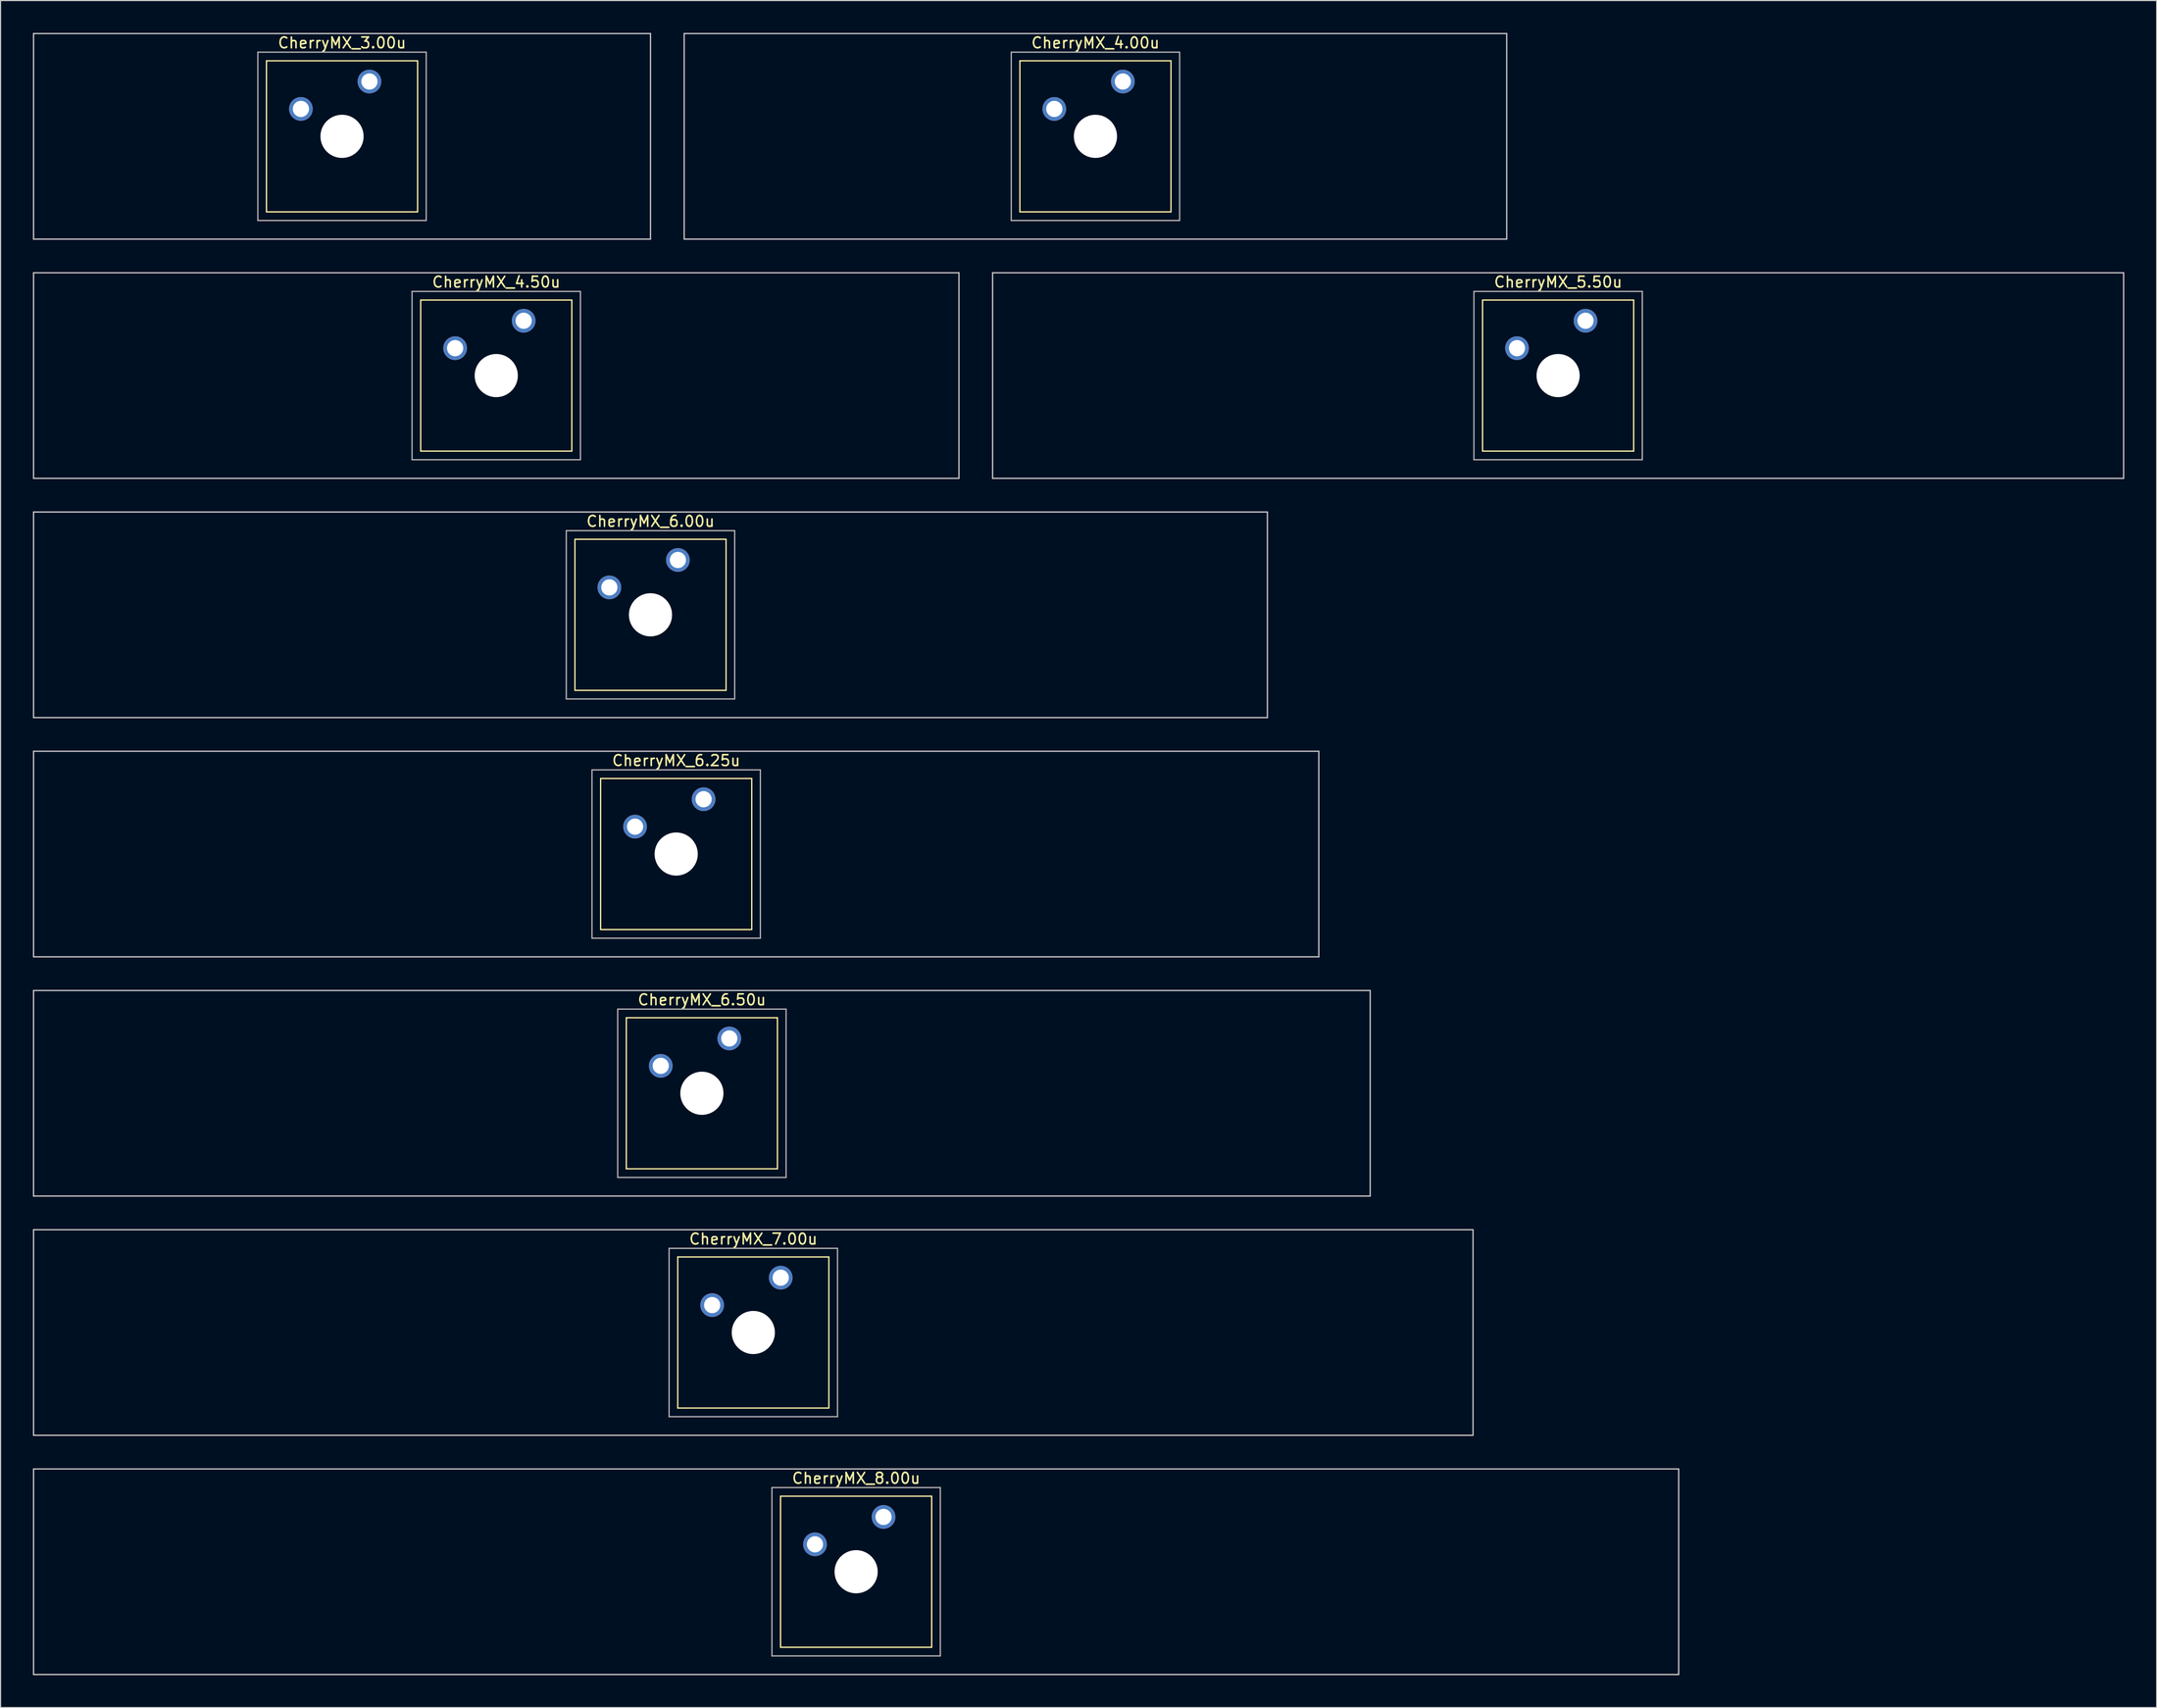
<source format=kicad_pcb>
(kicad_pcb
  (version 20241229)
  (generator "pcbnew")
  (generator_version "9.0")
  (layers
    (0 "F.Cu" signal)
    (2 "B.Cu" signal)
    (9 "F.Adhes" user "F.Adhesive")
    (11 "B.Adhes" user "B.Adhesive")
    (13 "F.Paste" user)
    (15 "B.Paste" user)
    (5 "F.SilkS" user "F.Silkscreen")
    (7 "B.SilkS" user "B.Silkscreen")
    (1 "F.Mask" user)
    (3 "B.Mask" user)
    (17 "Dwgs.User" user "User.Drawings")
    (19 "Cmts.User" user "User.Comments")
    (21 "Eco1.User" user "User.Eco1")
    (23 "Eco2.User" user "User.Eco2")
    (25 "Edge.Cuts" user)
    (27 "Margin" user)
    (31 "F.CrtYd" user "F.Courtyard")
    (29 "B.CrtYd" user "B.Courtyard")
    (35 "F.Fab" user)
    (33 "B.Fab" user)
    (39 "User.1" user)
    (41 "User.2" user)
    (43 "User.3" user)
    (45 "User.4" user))
  (footprint "CherryMX_4.50u"
    (layer "F.Cu")
    (at 42.922 31.755)
    (property "Reference" "CherryMX_4.50u" (at 0 -8.662 0) (layer "F.SilkS") (effects (font (size 1 1) (thickness 0.15))))
    (attr through_hole)
    (fp_line (start -7 -7) (end -7 7) (stroke (width 0.12) (type solid)) (layer "F.SilkS"))
    (fp_line (start -7 -7) (end 7 -7) (stroke (width 0.12) (type solid)) (layer "F.SilkS"))
    (fp_line (start 7 -7) (end 7 7) (stroke (width 0.12) (type solid)) (layer "F.SilkS"))
    (fp_line (start 7 7) (end -7 7) (stroke (width 0.12) (type solid)) (layer "F.SilkS"))
    (fp_line (start -42.862 -9.525) (end 42.862 -9.525) (stroke (width 0.12) (type solid)) (layer "Dwgs.User"))
    (fp_line (start -42.862 9.525) (end -42.862 -9.525) (stroke (width 0.12) (type solid)) (layer "Dwgs.User"))
    (fp_line (start 42.862 -9.525) (end 42.862 9.525) (stroke (width 0.12) (type solid)) (layer "Dwgs.User"))
    (fp_line (start 42.862 9.525) (end -42.862 9.525) (stroke (width 0.12) (type solid)) (layer "Dwgs.User"))
    (fp_line (start -7.8 -7.8) (end -7.8 7.8) (stroke (width 0.12) (type solid)) (layer "F.Fab"))
    (fp_line (start -7.8 -7.8) (end 7.8 -7.8) (stroke (width 0.12) (type solid)) (layer "F.Fab"))
    (fp_line (start -7.8 7.8) (end 7.8 7.8) (stroke (width 0.12) (type solid)) (layer "F.Fab"))
    (fp_line (start 7.8 -7.8) (end 7.8 7.8) (stroke (width 0.12) (type solid)) (layer "F.Fab"))
    (pad "" np_thru_hole circle (at 0 0) (size 4 4) (drill 4) (layers "*.Cu" "*.Mask"))
    (pad "1" thru_hole circle (at -3.81 -2.54) (size 2.2 2.2) (drill 1.5) (layers "*.Cu" "*.Mask"))
    (pad "2" thru_hole circle (at 2.54 -5.08) (size 2.2 2.2) (drill 1.5) (layers "*.Cu" "*.Mask")))
  (footprint "CherryMX_6.50u"
    (layer "F.Cu")
    (at 61.972 98.265)
    (property "Reference" "CherryMX_6.50u" (at 0 -8.662 0) (layer "F.SilkS") (effects (font (size 1 1) (thickness 0.15))))
    (attr through_hole)
    (fp_line (start -7 -7) (end -7 7) (stroke (width 0.12) (type solid)) (layer "F.SilkS"))
    (fp_line (start -7 -7) (end 7 -7) (stroke (width 0.12) (type solid)) (layer "F.SilkS"))
    (fp_line (start 7 -7) (end 7 7) (stroke (width 0.12) (type solid)) (layer "F.SilkS"))
    (fp_line (start 7 7) (end -7 7) (stroke (width 0.12) (type solid)) (layer "F.SilkS"))
    (fp_line (start -61.913 -9.525) (end 61.913 -9.525) (stroke (width 0.12) (type solid)) (layer "Dwgs.User"))
    (fp_line (start -61.913 9.525) (end -61.913 -9.525) (stroke (width 0.12) (type solid)) (layer "Dwgs.User"))
    (fp_line (start 61.913 -9.525) (end 61.913 9.525) (stroke (width 0.12) (type solid)) (layer "Dwgs.User"))
    (fp_line (start 61.913 9.525) (end -61.913 9.525) (stroke (width 0.12) (type solid)) (layer "Dwgs.User"))
    (fp_line (start -7.8 -7.8) (end -7.8 7.8) (stroke (width 0.12) (type solid)) (layer "F.Fab"))
    (fp_line (start -7.8 -7.8) (end 7.8 -7.8) (stroke (width 0.12) (type solid)) (layer "F.Fab"))
    (fp_line (start -7.8 7.8) (end 7.8 7.8) (stroke (width 0.12) (type solid)) (layer "F.Fab"))
    (fp_line (start 7.8 -7.8) (end 7.8 7.8) (stroke (width 0.12) (type solid)) (layer "F.Fab"))
    (pad "" np_thru_hole circle (at 0 0) (size 4 4) (drill 4) (layers "*.Cu" "*.Mask"))
    (pad "1" thru_hole circle (at -3.81 -2.54) (size 2.2 2.2) (drill 1.5) (layers "*.Cu" "*.Mask"))
    (pad "2" thru_hole circle (at 2.54 -5.08) (size 2.2 2.2) (drill 1.5) (layers "*.Cu" "*.Mask")))
  (footprint "CherryMX_6.00u"
    (layer "F.Cu")
    (at 57.21 53.925)
    (property "Reference" "CherryMX_6.00u" (at 0 -8.662 0) (layer "F.SilkS") (effects (font (size 1 1) (thickness 0.15))))
    (attr through_hole)
    (fp_line (start -7 -7) (end -7 7) (stroke (width 0.12) (type solid)) (layer "F.SilkS"))
    (fp_line (start -7 -7) (end 7 -7) (stroke (width 0.12) (type solid)) (layer "F.SilkS"))
    (fp_line (start 7 -7) (end 7 7) (stroke (width 0.12) (type solid)) (layer "F.SilkS"))
    (fp_line (start 7 7) (end -7 7) (stroke (width 0.12) (type solid)) (layer "F.SilkS"))
    (fp_line (start -57.15 -9.525) (end 57.15 -9.525) (stroke (width 0.12) (type solid)) (layer "Dwgs.User"))
    (fp_line (start -57.15 9.525) (end -57.15 -9.525) (stroke (width 0.12) (type solid)) (layer "Dwgs.User"))
    (fp_line (start 57.15 -9.525) (end 57.15 9.525) (stroke (width 0.12) (type solid)) (layer "Dwgs.User"))
    (fp_line (start 57.15 9.525) (end -57.15 9.525) (stroke (width 0.12) (type solid)) (layer "Dwgs.User"))
    (fp_line (start -7.8 -7.8) (end -7.8 7.8) (stroke (width 0.12) (type solid)) (layer "F.Fab"))
    (fp_line (start -7.8 -7.8) (end 7.8 -7.8) (stroke (width 0.12) (type solid)) (layer "F.Fab"))
    (fp_line (start -7.8 7.8) (end 7.8 7.8) (stroke (width 0.12) (type solid)) (layer "F.Fab"))
    (fp_line (start 7.8 -7.8) (end 7.8 7.8) (stroke (width 0.12) (type solid)) (layer "F.Fab"))
    (pad "" np_thru_hole circle (at 0 0) (size 4 4) (drill 4) (layers "*.Cu" "*.Mask"))
    (pad "1" thru_hole circle (at -3.81 -2.54) (size 2.2 2.2) (drill 1.5) (layers "*.Cu" "*.Mask"))
    (pad "2" thru_hole circle (at 2.54 -5.08) (size 2.2 2.2) (drill 1.5) (layers "*.Cu" "*.Mask")))
  (footprint "CherryMX_7.00u"
    (layer "F.Cu")
    (at 66.735 120.435)
    (property "Reference" "CherryMX_7.00u" (at 0 -8.662 0) (layer "F.SilkS") (effects (font (size 1 1) (thickness 0.15))))
    (attr through_hole)
    (fp_line (start -7 -7) (end -7 7) (stroke (width 0.12) (type solid)) (layer "F.SilkS"))
    (fp_line (start -7 -7) (end 7 -7) (stroke (width 0.12) (type solid)) (layer "F.SilkS"))
    (fp_line (start 7 -7) (end 7 7) (stroke (width 0.12) (type solid)) (layer "F.SilkS"))
    (fp_line (start 7 7) (end -7 7) (stroke (width 0.12) (type solid)) (layer "F.SilkS"))
    (fp_line (start -66.675 -9.525) (end 66.675 -9.525) (stroke (width 0.12) (type solid)) (layer "Dwgs.User"))
    (fp_line (start -66.675 9.525) (end -66.675 -9.525) (stroke (width 0.12) (type solid)) (layer "Dwgs.User"))
    (fp_line (start 66.675 -9.525) (end 66.675 9.525) (stroke (width 0.12) (type solid)) (layer "Dwgs.User"))
    (fp_line (start 66.675 9.525) (end -66.675 9.525) (stroke (width 0.12) (type solid)) (layer "Dwgs.User"))
    (fp_line (start -7.8 -7.8) (end -7.8 7.8) (stroke (width 0.12) (type solid)) (layer "F.Fab"))
    (fp_line (start -7.8 -7.8) (end 7.8 -7.8) (stroke (width 0.12) (type solid)) (layer "F.Fab"))
    (fp_line (start -7.8 7.8) (end 7.8 7.8) (stroke (width 0.12) (type solid)) (layer "F.Fab"))
    (fp_line (start 7.8 -7.8) (end 7.8 7.8) (stroke (width 0.12) (type solid)) (layer "F.Fab"))
    (pad "" np_thru_hole circle (at 0 0) (size 4 4) (drill 4) (layers "*.Cu" "*.Mask"))
    (pad "1" thru_hole circle (at -3.81 -2.54) (size 2.2 2.2) (drill 1.5) (layers "*.Cu" "*.Mask"))
    (pad "2" thru_hole circle (at 2.54 -5.08) (size 2.2 2.2) (drill 1.5) (layers "*.Cu" "*.Mask")))
  (footprint "CherryMX_6.25u"
    (layer "F.Cu")
    (at 59.591 76.095)
    (property "Reference" "CherryMX_6.25u" (at 0 -8.662 0) (layer "F.SilkS") (effects (font (size 1 1) (thickness 0.15))))
    (attr through_hole)
    (fp_line (start -7 -7) (end -7 7) (stroke (width 0.12) (type solid)) (layer "F.SilkS"))
    (fp_line (start -7 -7) (end 7 -7) (stroke (width 0.12) (type solid)) (layer "F.SilkS"))
    (fp_line (start 7 -7) (end 7 7) (stroke (width 0.12) (type solid)) (layer "F.SilkS"))
    (fp_line (start 7 7) (end -7 7) (stroke (width 0.12) (type solid)) (layer "F.SilkS"))
    (fp_line (start -59.531 -9.525) (end 59.531 -9.525) (stroke (width 0.12) (type solid)) (layer "Dwgs.User"))
    (fp_line (start -59.531 9.525) (end -59.531 -9.525) (stroke (width 0.12) (type solid)) (layer "Dwgs.User"))
    (fp_line (start 59.531 -9.525) (end 59.531 9.525) (stroke (width 0.12) (type solid)) (layer "Dwgs.User"))
    (fp_line (start 59.531 9.525) (end -59.531 9.525) (stroke (width 0.12) (type solid)) (layer "Dwgs.User"))
    (fp_line (start -7.8 -7.8) (end -7.8 7.8) (stroke (width 0.12) (type solid)) (layer "F.Fab"))
    (fp_line (start -7.8 -7.8) (end 7.8 -7.8) (stroke (width 0.12) (type solid)) (layer "F.Fab"))
    (fp_line (start -7.8 7.8) (end 7.8 7.8) (stroke (width 0.12) (type solid)) (layer "F.Fab"))
    (fp_line (start 7.8 -7.8) (end 7.8 7.8) (stroke (width 0.12) (type solid)) (layer "F.Fab"))
    (pad "" np_thru_hole circle (at 0 0) (size 4 4) (drill 4) (layers "*.Cu" "*.Mask"))
    (pad "1" thru_hole circle (at -3.81 -2.54) (size 2.2 2.2) (drill 1.5) (layers "*.Cu" "*.Mask"))
    (pad "2" thru_hole circle (at 2.54 -5.08) (size 2.2 2.2) (drill 1.5) (layers "*.Cu" "*.Mask")))
  (footprint "CherryMX_5.50u"
    (layer "F.Cu")
    (at 141.292 31.755)
    (property "Reference" "CherryMX_5.50u" (at 0 -8.662 0) (layer "F.SilkS") (effects (font (size 1 1) (thickness 0.15))))
    (attr through_hole)
    (fp_line (start -7 -7) (end -7 7) (stroke (width 0.12) (type solid)) (layer "F.SilkS"))
    (fp_line (start -7 -7) (end 7 -7) (stroke (width 0.12) (type solid)) (layer "F.SilkS"))
    (fp_line (start 7 -7) (end 7 7) (stroke (width 0.12) (type solid)) (layer "F.SilkS"))
    (fp_line (start 7 7) (end -7 7) (stroke (width 0.12) (type solid)) (layer "F.SilkS"))
    (fp_line (start -52.388 -9.525) (end 52.388 -9.525) (stroke (width 0.12) (type solid)) (layer "Dwgs.User"))
    (fp_line (start -52.388 9.525) (end -52.388 -9.525) (stroke (width 0.12) (type solid)) (layer "Dwgs.User"))
    (fp_line (start 52.388 -9.525) (end 52.388 9.525) (stroke (width 0.12) (type solid)) (layer "Dwgs.User"))
    (fp_line (start 52.388 9.525) (end -52.388 9.525) (stroke (width 0.12) (type solid)) (layer "Dwgs.User"))
    (fp_line (start -7.8 -7.8) (end -7.8 7.8) (stroke (width 0.12) (type solid)) (layer "F.Fab"))
    (fp_line (start -7.8 -7.8) (end 7.8 -7.8) (stroke (width 0.12) (type solid)) (layer "F.Fab"))
    (fp_line (start -7.8 7.8) (end 7.8 7.8) (stroke (width 0.12) (type solid)) (layer "F.Fab"))
    (fp_line (start 7.8 -7.8) (end 7.8 7.8) (stroke (width 0.12) (type solid)) (layer "F.Fab"))
    (pad "" np_thru_hole circle (at 0 0) (size 4 4) (drill 4) (layers "*.Cu" "*.Mask"))
    (pad "1" thru_hole circle (at -3.81 -2.54) (size 2.2 2.2) (drill 1.5) (layers "*.Cu" "*.Mask"))
    (pad "2" thru_hole circle (at 2.54 -5.08) (size 2.2 2.2) (drill 1.5) (layers "*.Cu" "*.Mask")))
  (footprint "CherryMX_8.00u"
    (layer "F.Cu")
    (at 76.26 142.605)
    (property "Reference" "CherryMX_8.00u" (at 0 -8.662 0) (layer "F.SilkS") (effects (font (size 1 1) (thickness 0.15))))
    (attr through_hole)
    (fp_line (start -7 -7) (end -7 7) (stroke (width 0.12) (type solid)) (layer "F.SilkS"))
    (fp_line (start -7 -7) (end 7 -7) (stroke (width 0.12) (type solid)) (layer "F.SilkS"))
    (fp_line (start 7 -7) (end 7 7) (stroke (width 0.12) (type solid)) (layer "F.SilkS"))
    (fp_line (start 7 7) (end -7 7) (stroke (width 0.12) (type solid)) (layer "F.SilkS"))
    (fp_line (start -76.2 -9.525) (end 76.2 -9.525) (stroke (width 0.12) (type solid)) (layer "Dwgs.User"))
    (fp_line (start -76.2 9.525) (end -76.2 -9.525) (stroke (width 0.12) (type solid)) (layer "Dwgs.User"))
    (fp_line (start 76.2 -9.525) (end 76.2 9.525) (stroke (width 0.12) (type solid)) (layer "Dwgs.User"))
    (fp_line (start 76.2 9.525) (end -76.2 9.525) (stroke (width 0.12) (type solid)) (layer "Dwgs.User"))
    (fp_line (start -7.8 -7.8) (end -7.8 7.8) (stroke (width 0.12) (type solid)) (layer "F.Fab"))
    (fp_line (start -7.8 -7.8) (end 7.8 -7.8) (stroke (width 0.12) (type solid)) (layer "F.Fab"))
    (fp_line (start -7.8 7.8) (end 7.8 7.8) (stroke (width 0.12) (type solid)) (layer "F.Fab"))
    (fp_line (start 7.8 -7.8) (end 7.8 7.8) (stroke (width 0.12) (type solid)) (layer "F.Fab"))
    (pad "" np_thru_hole circle (at 0 0) (size 4 4) (drill 4) (layers "*.Cu" "*.Mask"))
    (pad "1" thru_hole circle (at -3.81 -2.54) (size 2.2 2.2) (drill 1.5) (layers "*.Cu" "*.Mask"))
    (pad "2" thru_hole circle (at 2.54 -5.08) (size 2.2 2.2) (drill 1.5) (layers "*.Cu" "*.Mask")))
  (footprint "CherryMX_4.00u"
    (layer "F.Cu")
    (at 98.43 9.585)
    (property "Reference" "CherryMX_4.00u" (at 0 -8.662 0) (layer "F.SilkS") (effects (font (size 1 1) (thickness 0.15))))
    (attr through_hole)
    (fp_line (start -7 -7) (end -7 7) (stroke (width 0.12) (type solid)) (layer "F.SilkS"))
    (fp_line (start -7 -7) (end 7 -7) (stroke (width 0.12) (type solid)) (layer "F.SilkS"))
    (fp_line (start 7 -7) (end 7 7) (stroke (width 0.12) (type solid)) (layer "F.SilkS"))
    (fp_line (start 7 7) (end -7 7) (stroke (width 0.12) (type solid)) (layer "F.SilkS"))
    (fp_line (start -38.1 -9.525) (end 38.1 -9.525) (stroke (width 0.12) (type solid)) (layer "Dwgs.User"))
    (fp_line (start -38.1 9.525) (end -38.1 -9.525) (stroke (width 0.12) (type solid)) (layer "Dwgs.User"))
    (fp_line (start 38.1 -9.525) (end 38.1 9.525) (stroke (width 0.12) (type solid)) (layer "Dwgs.User"))
    (fp_line (start 38.1 9.525) (end -38.1 9.525) (stroke (width 0.12) (type solid)) (layer "Dwgs.User"))
    (fp_line (start -7.8 -7.8) (end -7.8 7.8) (stroke (width 0.12) (type solid)) (layer "F.Fab"))
    (fp_line (start -7.8 -7.8) (end 7.8 -7.8) (stroke (width 0.12) (type solid)) (layer "F.Fab"))
    (fp_line (start -7.8 7.8) (end 7.8 7.8) (stroke (width 0.12) (type solid)) (layer "F.Fab"))
    (fp_line (start 7.8 -7.8) (end 7.8 7.8) (stroke (width 0.12) (type solid)) (layer "F.Fab"))
    (pad "" np_thru_hole circle (at 0 0) (size 4 4) (drill 4) (layers "*.Cu" "*.Mask"))
    (pad "1" thru_hole circle (at -3.81 -2.54) (size 2.2 2.2) (drill 1.5) (layers "*.Cu" "*.Mask"))
    (pad "2" thru_hole circle (at 2.54 -5.08) (size 2.2 2.2) (drill 1.5) (layers "*.Cu" "*.Mask")))
  (footprint "CherryMX_3.00u"
    (layer "F.Cu")
    (at 28.635 9.585)
    (property "Reference" "CherryMX_3.00u" (at 0 -8.662 0) (layer "F.SilkS") (effects (font (size 1 1) (thickness 0.15))))
    (attr through_hole)
    (fp_line (start -7 -7) (end -7 7) (stroke (width 0.12) (type solid)) (layer "F.SilkS"))
    (fp_line (start -7 -7) (end 7 -7) (stroke (width 0.12) (type solid)) (layer "F.SilkS"))
    (fp_line (start 7 -7) (end 7 7) (stroke (width 0.12) (type solid)) (layer "F.SilkS"))
    (fp_line (start 7 7) (end -7 7) (stroke (width 0.12) (type solid)) (layer "F.SilkS"))
    (fp_line (start -28.575 -9.525) (end 28.575 -9.525) (stroke (width 0.12) (type solid)) (layer "Dwgs.User"))
    (fp_line (start -28.575 9.525) (end -28.575 -9.525) (stroke (width 0.12) (type solid)) (layer "Dwgs.User"))
    (fp_line (start 28.575 -9.525) (end 28.575 9.525) (stroke (width 0.12) (type solid)) (layer "Dwgs.User"))
    (fp_line (start 28.575 9.525) (end -28.575 9.525) (stroke (width 0.12) (type solid)) (layer "Dwgs.User"))
    (fp_line (start -7.8 -7.8) (end -7.8 7.8) (stroke (width 0.12) (type solid)) (layer "F.Fab"))
    (fp_line (start -7.8 -7.8) (end 7.8 -7.8) (stroke (width 0.12) (type solid)) (layer "F.Fab"))
    (fp_line (start -7.8 7.8) (end 7.8 7.8) (stroke (width 0.12) (type solid)) (layer "F.Fab"))
    (fp_line (start 7.8 -7.8) (end 7.8 7.8) (stroke (width 0.12) (type solid)) (layer "F.Fab"))
    (pad "" np_thru_hole circle (at 0 0) (size 4 4) (drill 4) (layers "*.Cu" "*.Mask"))
    (pad "1" thru_hole circle (at -3.81 -2.54) (size 2.2 2.2) (drill 1.5) (layers "*.Cu" "*.Mask"))
    (pad "2" thru_hole circle (at 2.54 -5.08) (size 2.2 2.2) (drill 1.5) (layers "*.Cu" "*.Mask")))
  (gr_rect
    (start -3 -3)
    (end 196.74 155.19)
    (stroke (width 0.1) (type default))
    (fill no)
    (layer "Edge.Cuts")))
</source>
